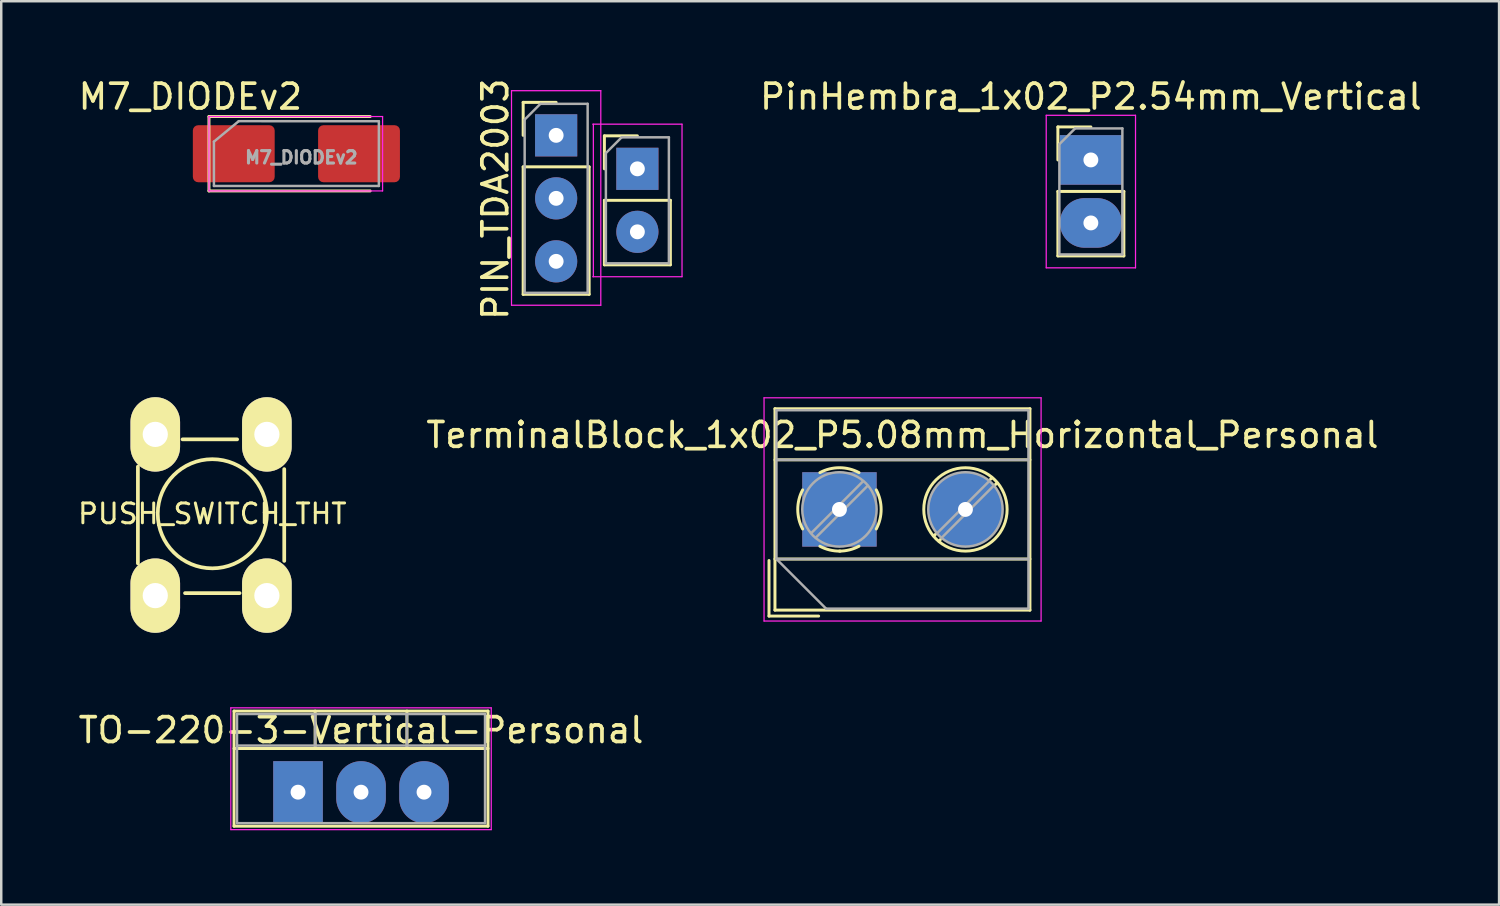
<source format=kicad_pcb>
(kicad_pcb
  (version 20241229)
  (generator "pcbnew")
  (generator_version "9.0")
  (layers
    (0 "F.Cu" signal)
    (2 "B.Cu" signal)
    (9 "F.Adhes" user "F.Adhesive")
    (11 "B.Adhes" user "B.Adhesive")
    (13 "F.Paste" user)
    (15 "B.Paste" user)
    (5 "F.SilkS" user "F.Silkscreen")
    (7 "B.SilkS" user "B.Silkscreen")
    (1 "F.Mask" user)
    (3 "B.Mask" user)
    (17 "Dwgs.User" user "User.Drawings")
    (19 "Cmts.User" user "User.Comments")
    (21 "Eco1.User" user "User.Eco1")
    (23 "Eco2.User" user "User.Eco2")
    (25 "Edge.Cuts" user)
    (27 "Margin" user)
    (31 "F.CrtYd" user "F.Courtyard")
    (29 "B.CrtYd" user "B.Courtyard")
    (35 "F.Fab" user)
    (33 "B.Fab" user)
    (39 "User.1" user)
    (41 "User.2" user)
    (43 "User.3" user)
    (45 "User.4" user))
  (footprint "PIN_TDA2003"
    (layer "F.Cu")
    (at 21.023 4.982)
    (property "Reference" "PIN_TDA2003" (at -4.1 0 90) (unlocked yes) (layer "F.SilkS") (effects (font (size 1 1) (thickness 0.15))))
    (attr through_hole)
    (fp_line (start -2.98 -3.905) (end -1.65 -3.905) (stroke (width 0.12) (type solid)) (layer "F.SilkS"))
    (fp_line (start -2.98 -2.575) (end -2.98 -3.905) (stroke (width 0.12) (type solid)) (layer "F.SilkS"))
    (fp_line (start -2.98 -1.305) (end -2.98 3.835) (stroke (width 0.12) (type solid)) (layer "F.SilkS"))
    (fp_line (start -2.98 -1.305) (end -0.32 -1.305) (stroke (width 0.12) (type solid)) (layer "F.SilkS"))
    (fp_line (start -2.98 3.835) (end -0.32 3.835) (stroke (width 0.12) (type solid)) (layer "F.SilkS"))
    (fp_line (start -0.32 -1.305) (end -0.32 3.835) (stroke (width 0.12) (type solid)) (layer "F.SilkS"))
    (fp_line (start 0.295 -2.555) (end 1.625 -2.555) (stroke (width 0.12) (type solid)) (layer "F.SilkS"))
    (fp_line (start 0.295 -1.225) (end 0.295 -2.555) (stroke (width 0.12) (type solid)) (layer "F.SilkS"))
    (fp_line (start 0.295 0.045) (end 0.295 2.645) (stroke (width 0.12) (type solid)) (layer "F.SilkS"))
    (fp_line (start 0.295 0.045) (end 2.955 0.045) (stroke (width 0.12) (type solid)) (layer "F.SilkS"))
    (fp_line (start 0.295 2.645) (end 2.955 2.645) (stroke (width 0.12) (type solid)) (layer "F.SilkS"))
    (fp_line (start 2.955 0.045) (end 2.955 2.645) (stroke (width 0.12) (type solid)) (layer "F.SilkS"))
    (fp_line (start -3.45 -4.375) (end -3.45 4.275) (stroke (width 0.05) (type solid)) (layer "F.CrtYd"))
    (fp_line (start -3.45 4.275) (end 0.15 4.275) (stroke (width 0.05) (type solid)) (layer "F.CrtYd"))
    (fp_line (start -0.175 3.125) (end 3.425 3.125) (stroke (width 0.05) (type solid)) (layer "F.CrtYd"))
    (fp_line (start -0.15 -3.025) (end -0.15 3.125) (stroke (width 0.05) (type solid)) (layer "F.CrtYd"))
    (fp_line (start 0.15 -4.375) (end -3.45 -4.375) (stroke (width 0.05) (type solid)) (layer "F.CrtYd"))
    (fp_line (start 0.15 4.275) (end 0.15 -4.375) (stroke (width 0.05) (type solid)) (layer "F.CrtYd"))
    (fp_line (start 3.425 -3.025) (end -0.175 -3.025) (stroke (width 0.05) (type solid)) (layer "F.CrtYd"))
    (fp_line (start 3.425 3.125) (end 3.425 -3.025) (stroke (width 0.05) (type solid)) (layer "F.CrtYd"))
    (fp_line (start -2.92 -3.21) (end -2.285 -3.845) (stroke (width 0.1) (type solid)) (layer "F.Fab"))
    (fp_line (start -2.92 3.775) (end -2.92 -3.21) (stroke (width 0.1) (type solid)) (layer "F.Fab"))
    (fp_line (start -2.285 -3.845) (end -0.38 -3.845) (stroke (width 0.1) (type solid)) (layer "F.Fab"))
    (fp_line (start -0.38 -3.845) (end -0.38 3.775) (stroke (width 0.1) (type solid)) (layer "F.Fab"))
    (fp_line (start -0.38 3.775) (end -2.92 3.775) (stroke (width 0.1) (type solid)) (layer "F.Fab"))
    (fp_line (start 0.355 -1.86) (end 0.99 -2.495) (stroke (width 0.1) (type solid)) (layer "F.Fab"))
    (fp_line (start 0.355 2.585) (end 0.355 -1.86) (stroke (width 0.1) (type solid)) (layer "F.Fab"))
    (fp_line (start 0.99 -2.495) (end 2.895 -2.495) (stroke (width 0.1) (type solid)) (layer "F.Fab"))
    (fp_line (start 2.895 -2.495) (end 2.895 2.585) (stroke (width 0.1) (type solid)) (layer "F.Fab"))
    (fp_line (start 2.895 2.585) (end 0.355 2.585) (stroke (width 0.1) (type solid)) (layer "F.Fab"))
    (pad "1" thru_hole rect (at -1.65 -2.575) (size 1.7 1.7) (drill 0.6) (layers "*.Cu" "*.Mask"))
    (pad "1" thru_hole rect (at 1.625 -1.225) (size 1.7 1.7) (drill 0.6) (layers "*.Cu" "*.Mask"))
    (pad "2" thru_hole oval (at -1.65 -0.035) (size 1.7 1.7) (drill 0.6) (layers "*.Cu" "*.Mask"))
    (pad "2" thru_hole oval (at 1.625 1.315) (size 1.7 1.7) (drill 0.6) (layers "*.Cu" "*.Mask"))
    (pad "3" thru_hole oval (at -1.65 2.505) (size 1.7 1.7) (drill 0.6) (layers "*.Cu" "*.Mask")))
  (footprint "TerminalBlock_1x02_P5.08mm_Horizontal_Personal"
    (layer "F.Cu")
    (at 33.335 17.464)
    (property "Reference" "TerminalBlock_1x02_P5.08mm_Horizontal_Personal" (at 0 -2.975 0) (unlocked yes) (layer "F.SilkS") (effects (font (size 1 1) (thickness 0.15))))
    (attr through_hole)
    (fp_line (start -5.38 2.085) (end -5.38 4.325) (stroke (width 0.12) (type solid)) (layer "F.SilkS"))
    (fp_line (start -5.38 4.325) (end -3.38 4.325) (stroke (width 0.12) (type solid)) (layer "F.SilkS"))
    (fp_line (start -5.14 -4.035) (end -5.14 4.085) (stroke (width 0.12) (type solid)) (layer "F.SilkS"))
    (fp_line (start -5.14 -4.035) (end 5.14 -4.035) (stroke (width 0.12) (type solid)) (layer "F.SilkS"))
    (fp_line (start -5.14 -1.975) (end 5.14 -1.975) (stroke (width 0.12) (type solid)) (layer "F.SilkS"))
    (fp_line (start -5.14 2.025) (end 5.14 2.025) (stroke (width 0.12) (type solid)) (layer "F.SilkS"))
    (fp_line (start -5.14 4.085) (end 5.14 4.085) (stroke (width 0.12) (type solid)) (layer "F.SilkS"))
    (fp_line (start 1.36 1.001) (end 1.266 1.094) (stroke (width 0.12) (type solid)) (layer "F.SilkS"))
    (fp_line (start 1.53 1.241) (end 1.471 1.299) (stroke (width 0.12) (type solid)) (layer "F.SilkS"))
    (fp_line (start 3.61 -1.25) (end 3.551 -1.191) (stroke (width 0.12) (type solid)) (layer "F.SilkS"))
    (fp_line (start 3.815 -1.044) (end 3.721 -0.951) (stroke (width 0.12) (type solid)) (layer "F.SilkS"))
    (fp_line (start 5.14 -4.035) (end 5.14 4.085) (stroke (width 0.12) (type solid)) (layer "F.SilkS"))
    (fp_arc (start -4.023953 0.814089) (mid -4.220708 0.02505) (end -4.024 -0.764) (stroke (width 0.12) (type solid)) (layer "F.SilkS"))
    (fp_arc (start -3.329089 -1.458953) (mid -2.54005 -1.655708) (end -1.751 -1.459) (stroke (width 0.12) (type solid)) (layer "F.SilkS"))
    (fp_arc (start -2.510617 1.70545) (mid -2.932304 1.65928) (end -3.329 1.509) (stroke (width 0.12) (type solid)) (layer "F.SilkS"))
    (fp_arc (start -1.751288 1.508352) (mid -2.133571 1.655097) (end -2.54 1.705) (stroke (width 0.12) (type solid)) (layer "F.SilkS"))
    (fp_arc (start -1.056047 -0.764089) (mid -0.859292 0.02495) (end -1.056 0.814) (stroke (width 0.12) (type solid)) (layer "F.SilkS"))
    (fp_circle (center 2.54 0.025) (end 4.22 0.025) (stroke (width 0.12) (type solid)) (fill no) (layer "F.SilkS"))
    (fp_line (start -5.58 -4.475) (end -5.58 4.525) (stroke (width 0.05) (type solid)) (layer "F.CrtYd"))
    (fp_line (start -5.58 4.525) (end 5.59 4.525) (stroke (width 0.05) (type solid)) (layer "F.CrtYd"))
    (fp_line (start 5.59 -4.475) (end -5.58 -4.475) (stroke (width 0.05) (type solid)) (layer "F.CrtYd"))
    (fp_line (start 5.59 4.525) (end 5.59 -4.475) (stroke (width 0.05) (type solid)) (layer "F.CrtYd"))
    (fp_line (start -5.08 -3.975) (end 5.08 -3.975) (stroke (width 0.1) (type solid)) (layer "F.Fab"))
    (fp_line (start -5.08 -1.975) (end 5.08 -1.975) (stroke (width 0.1) (type solid)) (layer "F.Fab"))
    (fp_line (start -5.08 2.025) (end -5.08 -3.975) (stroke (width 0.1) (type solid)) (layer "F.Fab"))
    (fp_line (start -5.08 2.025) (end 5.08 2.025) (stroke (width 0.1) (type solid)) (layer "F.Fab"))
    (fp_line (start -3.08 4.025) (end -5.08 2.025) (stroke (width 0.1) (type solid)) (layer "F.Fab"))
    (fp_line (start -1.585 -1.113) (end -3.678 0.98) (stroke (width 0.1) (type solid)) (layer "F.Fab"))
    (fp_line (start -1.402 -0.93) (end -3.495 1.163) (stroke (width 0.1) (type solid)) (layer "F.Fab"))
    (fp_line (start 3.495 -1.113) (end 1.403 0.98) (stroke (width 0.1) (type solid)) (layer "F.Fab"))
    (fp_line (start 3.678 -0.93) (end 1.586 1.163) (stroke (width 0.1) (type solid)) (layer "F.Fab"))
    (fp_line (start 5.08 -3.975) (end 5.08 4.025) (stroke (width 0.1) (type solid)) (layer "F.Fab"))
    (fp_line (start 5.08 4.025) (end -3.08 4.025) (stroke (width 0.1) (type solid)) (layer "F.Fab"))
    (fp_circle (center -2.54 0.025) (end -1.04 0.025) (stroke (width 0.1) (type solid)) (fill no) (layer "F.Fab"))
    (fp_circle (center 2.54 0.025) (end 4.04 0.025) (stroke (width 0.1) (type solid)) (fill no) (layer "F.Fab"))
    (pad "1" thru_hole rect (at -2.54 0.025) (size 3 3) (drill 0.6) (layers "*.Cu" "*.Mask"))
    (pad "2" thru_hole circle (at 2.54 0.025) (size 3 3) (drill 0.6) (layers "*.Cu" "*.Mask")))
  (footprint "PinHembra_1x02_P2.54mm_Vertical"
    (layer "F.Cu")
    (at 40.932 4.673)
    (property "Reference" "PinHembra_1x02_P2.54mm_Vertical" (at 0 -3.825 0) (unlocked yes) (layer "F.SilkS") (effects (font (size 1 1) (thickness 0.15))))
    (attr through_hole)
    (fp_line (start -1.33 -2.605) (end 0 -2.605) (stroke (width 0.12) (type solid)) (layer "F.SilkS"))
    (fp_line (start -1.33 -1.275) (end -1.33 -2.605) (stroke (width 0.12) (type solid)) (layer "F.SilkS"))
    (fp_line (start -1.33 -0.005) (end -1.33 2.595) (stroke (width 0.12) (type solid)) (layer "F.SilkS"))
    (fp_line (start -1.33 -0.005) (end 1.33 -0.005) (stroke (width 0.12) (type solid)) (layer "F.SilkS"))
    (fp_line (start -1.33 2.595) (end 1.33 2.595) (stroke (width 0.12) (type solid)) (layer "F.SilkS"))
    (fp_line (start 1.33 -0.005) (end 1.33 2.595) (stroke (width 0.12) (type solid)) (layer "F.SilkS"))
    (fp_line (start -1.8 -3.075) (end -1.8 3.075) (stroke (width 0.05) (type solid)) (layer "F.CrtYd"))
    (fp_line (start -1.8 3.075) (end 1.8 3.075) (stroke (width 0.05) (type solid)) (layer "F.CrtYd"))
    (fp_line (start 1.8 -3.075) (end -1.8 -3.075) (stroke (width 0.05) (type solid)) (layer "F.CrtYd"))
    (fp_line (start 1.8 3.075) (end 1.8 -3.075) (stroke (width 0.05) (type solid)) (layer "F.CrtYd"))
    (fp_line (start -1.27 -1.91) (end -0.635 -2.545) (stroke (width 0.1) (type solid)) (layer "F.Fab"))
    (fp_line (start -1.27 2.535) (end -1.27 -1.91) (stroke (width 0.1) (type solid)) (layer "F.Fab"))
    (fp_line (start -0.635 -2.545) (end 1.27 -2.545) (stroke (width 0.1) (type solid)) (layer "F.Fab"))
    (fp_line (start 1.27 -2.545) (end 1.27 2.535) (stroke (width 0.1) (type solid)) (layer "F.Fab"))
    (fp_line (start 1.27 2.535) (end -1.27 2.535) (stroke (width 0.1) (type solid)) (layer "F.Fab"))
    (pad "1" thru_hole rect (at 0 -1.275) (size 2.5 2) (drill 0.6) (layers "*.Cu" "*.Mask"))
    (pad "2" thru_hole oval (at 0 1.265) (size 2.5 2) (drill 0.6) (layers "*.Cu" "*.Mask")))
  (footprint "PUSH_SWITCH_THT"
    (layer "F.Cu")
    (at 3.21 14.464)
    (property "Reference" "PUSH_SWITCH_THT" (at 2.3 3.2 0) (layer "F.SilkS") (effects (font (size 0.8 0.8) (thickness 0.12))))
    (attr through_hole)
    (fp_line (start -0.7 1.3) (end -0.7 5.2) (stroke (width 0.15) (type solid)) (layer "F.SilkS"))
    (fp_line (start 1.1 0.2) (end 3.3 0.2) (stroke (width 0.15) (type solid)) (layer "F.SilkS"))
    (fp_line (start 1.2 6.4) (end 3.4 6.4) (stroke (width 0.15) (type solid)) (layer "F.SilkS"))
    (fp_line (start 5.2 1.4) (end 5.2 5.1) (stroke (width 0.15) (type solid)) (layer "F.SilkS"))
    (fp_circle (center 2.3 3.2) (end 2.3 5.4) (stroke (width 0.15) (type solid)) (fill no) (layer "F.SilkS"))
    (pad "1" thru_hole oval (at 0 0) (size 2 3) (drill 1.016) (layers "*.Cu" "*.Mask" "F.SilkS"))
    (pad "1" thru_hole oval (at 0 6.5) (size 2 3) (drill 1.016) (layers "*.Cu" "*.Mask" "F.SilkS"))
    (pad "2" thru_hole oval (at 4.5 0) (size 2 3) (drill 1.016) (layers "*.Cu" "*.Mask" "F.SilkS"))
    (pad "2" thru_hole oval (at 4.5 6.5) (size 2 3) (drill 1.016) (layers "*.Cu" "*.Mask" "F.SilkS")))
  (footprint "TO-220-3-Vertical-Personal"
    (layer "F.Cu")
    (at 11.506 27.689)
    (property "Reference" "TO-220-3-Vertical-Personal" (at 0 -1.3 0) (unlocked yes) (layer "F.SilkS") (effects (font (size 1 1) (thickness 0.15))))
    (attr through_hole)
    (fp_line (start -5.12 -2.07) (end -5.12 2.571) (stroke (width 0.12) (type solid)) (layer "F.SilkS"))
    (fp_line (start -5.12 -2.07) (end 5.12 -2.07) (stroke (width 0.12) (type solid)) (layer "F.SilkS"))
    (fp_line (start -5.12 -0.56) (end 5.12 -0.56) (stroke (width 0.12) (type solid)) (layer "F.SilkS"))
    (fp_line (start -5.12 2.571) (end 5.12 2.571) (stroke (width 0.12) (type solid)) (layer "F.SilkS"))
    (fp_line (start -1.85 -2.07) (end -1.85 -0.56) (stroke (width 0.12) (type solid)) (layer "F.SilkS"))
    (fp_line (start 1.851 -2.07) (end 1.851 -0.56) (stroke (width 0.12) (type solid)) (layer "F.SilkS"))
    (fp_line (start 5.12 -2.07) (end 5.12 2.571) (stroke (width 0.12) (type solid)) (layer "F.SilkS"))
    (fp_line (start -5.25 -2.2) (end -5.25 2.71) (stroke (width 0.05) (type solid)) (layer "F.CrtYd"))
    (fp_line (start -5.25 2.71) (end 5.25 2.71) (stroke (width 0.05) (type solid)) (layer "F.CrtYd"))
    (fp_line (start 5.25 -2.2) (end -5.25 -2.2) (stroke (width 0.05) (type solid)) (layer "F.CrtYd"))
    (fp_line (start 5.25 2.71) (end 5.25 -2.2) (stroke (width 0.05) (type solid)) (layer "F.CrtYd"))
    (fp_line (start -5 -1.95) (end -5 2.45) (stroke (width 0.1) (type solid)) (layer "F.Fab"))
    (fp_line (start -5 -0.68) (end 5 -0.68) (stroke (width 0.1) (type solid)) (layer "F.Fab"))
    (fp_line (start -5 2.45) (end 5 2.45) (stroke (width 0.1) (type solid)) (layer "F.Fab"))
    (fp_line (start -1.85 -1.95) (end -1.85 -0.68) (stroke (width 0.1) (type solid)) (layer "F.Fab"))
    (fp_line (start 1.85 -1.95) (end 1.85 -0.68) (stroke (width 0.1) (type solid)) (layer "F.Fab"))
    (fp_line (start 5 -1.95) (end -5 -1.95) (stroke (width 0.1) (type solid)) (layer "F.Fab"))
    (fp_line (start 5 2.45) (end 5 -1.95) (stroke (width 0.1) (type solid)) (layer "F.Fab"))
    (pad "1" thru_hole rect (at -2.54 1.2) (size 2 2.5) (drill 0.6) (layers "*.Cu" "*.Mask"))
    (pad "2" thru_hole oval (at 0 1.2) (size 2 2.5) (drill 0.6) (layers "*.Cu" "*.Mask"))
    (pad "3" thru_hole oval (at 2.54 1.2) (size 2 2.5) (drill 0.6) (layers "*.Cu" "*.Mask")))
  (footprint "M7_DIODEv2"
    (layer "F.Cu")
    (at 5.375 3.148)
    (property "Reference" "M7_DIODEv2" (at -0.75 -2.3 0) (unlocked yes) (layer "F.SilkS") (effects (font (size 1 1) (thickness 0.15))))
    (attr smd)
    (fp_line (start 0 -1.5) (end 0 1.5) (stroke (width 0.12) (type solid)) (layer "F.SilkS"))
    (fp_line (start 0 1.5) (end 6.5 1.5) (stroke (width 0.12) (type solid)) (layer "F.SilkS"))
    (fp_line (start 6.5 -1.5) (end 0 -1.5) (stroke (width 0.12) (type solid)) (layer "F.SilkS"))
    (fp_line (start 0 -1.5) (end 7 -1.5) (stroke (width 0.05) (type solid)) (layer "F.CrtYd"))
    (fp_line (start 0 1.5) (end 0 -1.5) (stroke (width 0.05) (type solid)) (layer "F.CrtYd"))
    (fp_line (start 7 -1.5) (end 7 1.5) (stroke (width 0.05) (type solid)) (layer "F.CrtYd"))
    (fp_line (start 7 1.5) (end 0 1.5) (stroke (width 0.05) (type solid)) (layer "F.CrtYd"))
    (fp_line (start 0.2 -0.487) (end 0.2 1.3) (stroke (width 0.1) (type solid)) (layer "F.Fab"))
    (fp_line (start 0.2 1.3) (end 6.85 1.3) (stroke (width 0.1) (type solid)) (layer "F.Fab"))
    (fp_line (start 1.2 -1.312) (end 0.2 -0.487) (stroke (width 0.1) (type solid)) (layer "F.Fab"))
    (fp_line (start 6.85 -1.31) (end 1.2 -1.312) (stroke (width 0.1) (type solid)) (layer "F.Fab"))
    (fp_line (start 6.85 1.3) (end 6.85 -1.31) (stroke (width 0.1) (type solid)) (layer "F.Fab"))
    (fp_text user "${REFERENCE}" (at 3.725 0.15 0) (unlocked yes) (layer "F.Fab") (effects (font (size 0.5 0.5) (thickness 0.125))))
    (pad "1" smd roundrect (at 1 0) (size 3.3 2.3) (layers "F.Cu" "F.Mask" "F.Paste") (roundrect_rratio 0.094))
    (pad "2" smd roundrect (at 6.05 0) (size 3.3 2.3) (layers "F.Cu" "F.Mask" "F.Paste") (roundrect_rratio 0.094)))
  (gr_rect
    (start -3 -3)
    (end 57.39 33.424)
    (stroke (width 0.1) (type default))
    (fill no)
    (layer "Edge.Cuts")))
</source>
